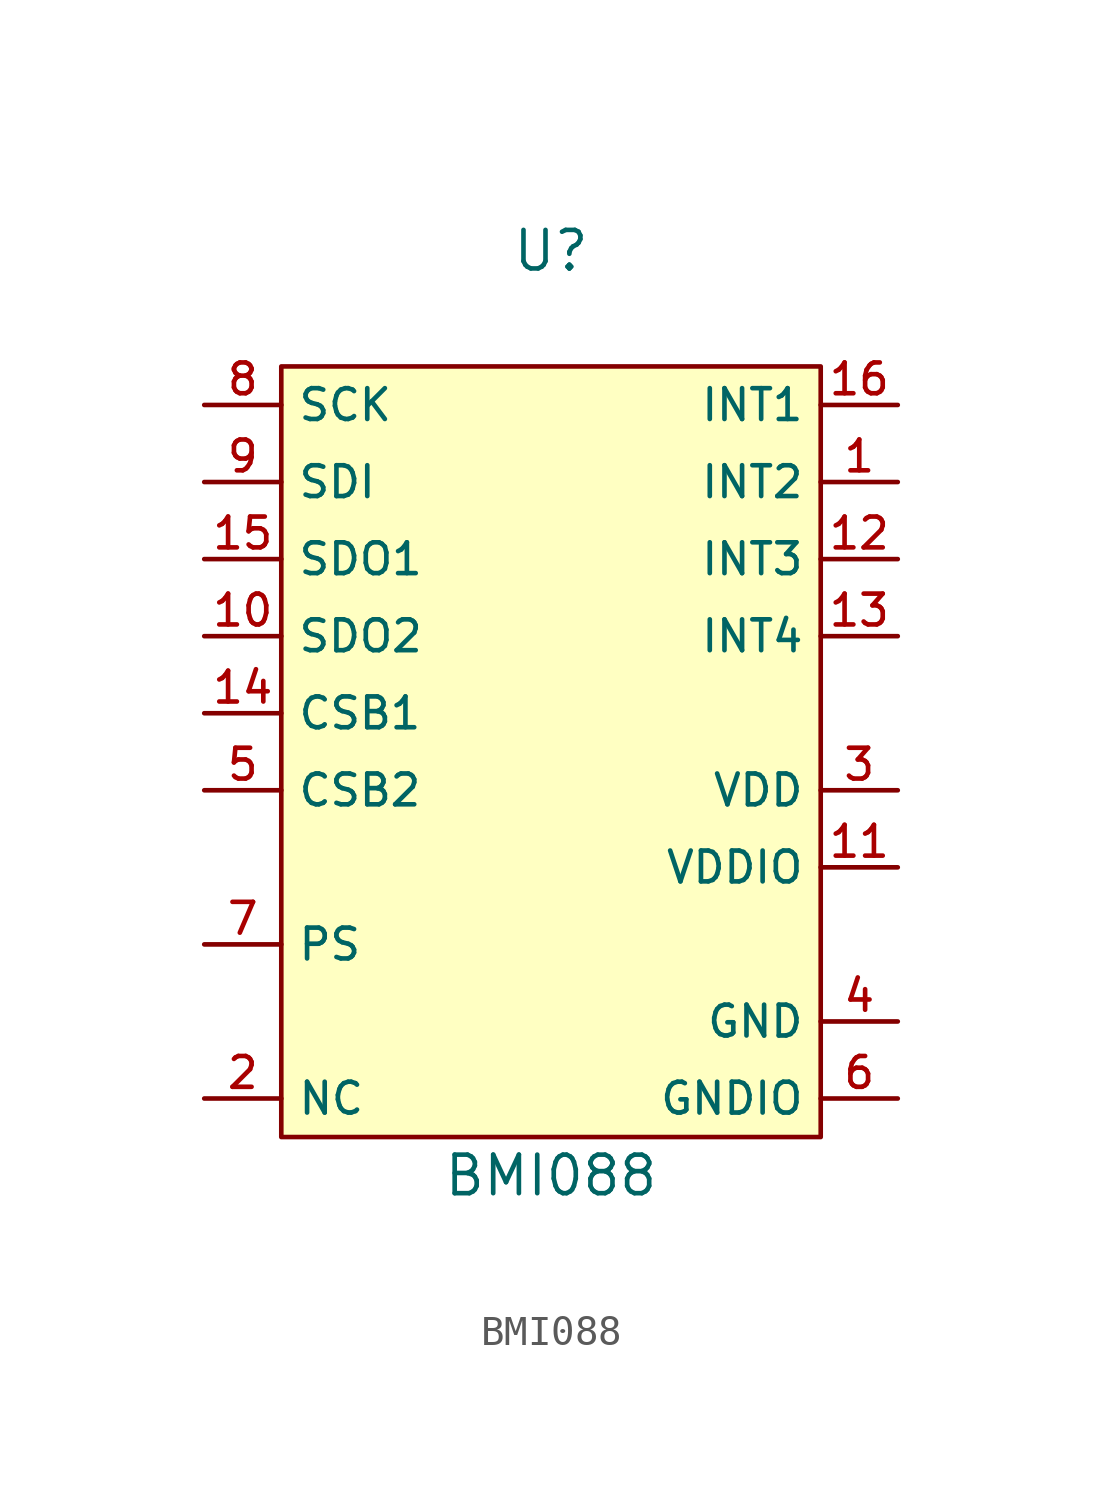
<source format=kicad_sym>
(kicad_symbol_lib
  (version 20211014)
  (generator kicad_symbol_editor)
  (symbol "BMI088"
    (property "Reference" "U"
      (at 0 16.51 0)
      (effects (font (size 1.27 1.27))))
    (property "Value" "BMI088"
      (at 0 -13.97 0)
      (effects (font (size 1.27 1.27))))
    (symbol "BMI088_0_1"
      (rectangle (start -8.89 12.7) (end 8.89 -12.7) (stroke (width 0) (type default) (color 0 0 0 0)) (fill (type background))))
    (symbol "BMI088_1_1"
      (pin bidirectional line (at 11.43 8.89 180) (length 2.54) (name "INT2" (effects (font (size 1.016 1.016)))) (number "1" (effects (font (size 1.016 1.016)))))
      (pin output line (at -11.43 3.81 0) (length 2.54) (name "SDO2" (effects (font (size 1.016 1.016)))) (number "10" (effects (font (size 1.016 1.016)))))
      (pin power_out line (at 11.43 -3.81 180) (length 2.54) (name "VDDIO" (effects (font (size 1.016 1.016)))) (number "11" (effects (font (size 1.016 1.016)))))
      (pin output line (at 11.43 6.35 180) (length 2.54) (name "INT3" (effects (font (size 1.016 1.016)))) (number "12" (effects (font (size 1.016 1.016)))))
      (pin output line (at 11.43 3.81 180) (length 2.54) (name "INT4" (effects (font (size 1.016 1.016)))) (number "13" (effects (font (size 1.016 1.016)))))
      (pin input line (at -11.43 1.27 0) (length 2.54) (name "CSB1" (effects (font (size 1.016 1.016)))) (number "14" (effects (font (size 1.016 1.016)))))
      (pin output line (at -11.43 6.35 0) (length 2.54) (name "SDO1" (effects (font (size 1.016 1.016)))) (number "15" (effects (font (size 1.016 1.016)))))
      (pin bidirectional line (at 11.43 11.43 180) (length 2.54) (name "INT1" (effects (font (size 1.016 1.016)))) (number "16" (effects (font (size 1.016 1.016)))))
      (pin input line (at -11.43 -11.43 0) (length 2.54) (name "NC" (effects (font (size 1.016 1.016)))) (number "2" (effects (font (size 1.016 1.016)))))
      (pin power_in line (at 11.43 -1.27 180) (length 2.54) (name "VDD" (effects (font (size 1.016 1.016)))) (number "3" (effects (font (size 1.016 1.016)))))
      (pin bidirectional line (at 11.43 -8.89 180) (length 2.54) (name "GND" (effects (font (size 1.016 1.016)))) (number "4" (effects (font (size 1.016 1.016)))))
      (pin input line (at -11.43 -1.27 0) (length 2.54) (name "CSB2" (effects (font (size 1.016 1.016)))) (number "5" (effects (font (size 1.016 1.016)))))
      (pin bidirectional line (at 11.43 -11.43 180) (length 2.54) (name "GNDIO" (effects (font (size 1.016 1.016)))) (number "6" (effects (font (size 1.016 1.016)))))
      (pin input line (at -11.43 -6.35 0) (length 2.54) (name "PS" (effects (font (size 1.016 1.016)))) (number "7" (effects (font (size 1.016 1.016)))))
      (pin input line (at -11.43 11.43 0) (length 2.54) (name "SCK" (effects (font (size 1.016 1.016)))) (number "8" (effects (font (size 1.016 1.016)))))
      (pin input line (at -11.43 8.89 0) (length 2.54) (name "SDI" (effects (font (size 1.016 1.016)))) (number "9" (effects (font (size 1.016 1.016))))))))
</source>
